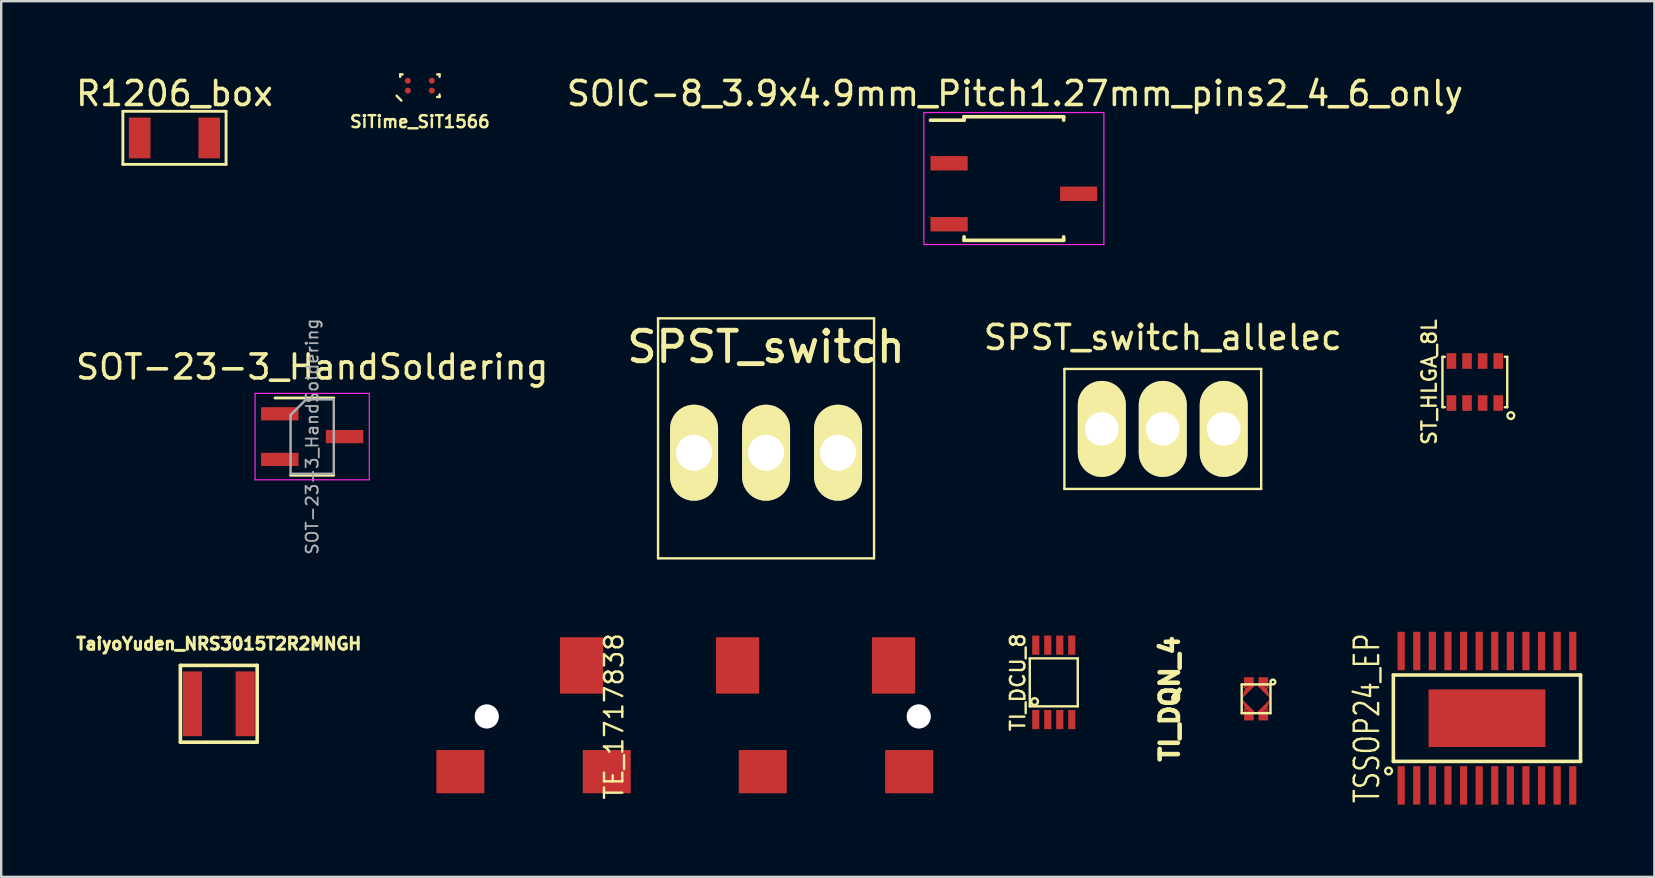
<source format=kicad_pcb>
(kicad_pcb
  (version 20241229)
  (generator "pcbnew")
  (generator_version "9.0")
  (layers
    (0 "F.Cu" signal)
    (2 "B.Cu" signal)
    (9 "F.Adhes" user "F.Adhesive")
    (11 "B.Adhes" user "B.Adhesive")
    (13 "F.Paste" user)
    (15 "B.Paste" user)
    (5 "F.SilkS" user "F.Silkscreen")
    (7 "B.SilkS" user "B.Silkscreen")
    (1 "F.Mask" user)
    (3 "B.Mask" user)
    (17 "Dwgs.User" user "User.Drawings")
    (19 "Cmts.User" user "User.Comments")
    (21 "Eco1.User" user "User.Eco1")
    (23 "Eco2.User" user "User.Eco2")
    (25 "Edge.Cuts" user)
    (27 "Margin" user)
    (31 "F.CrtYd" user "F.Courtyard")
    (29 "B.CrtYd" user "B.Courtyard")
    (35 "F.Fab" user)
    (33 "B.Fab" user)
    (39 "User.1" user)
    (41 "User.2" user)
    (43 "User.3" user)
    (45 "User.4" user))
  (footprint "R1206_box"
    (layer "F.Cu")
    (at 4.22 2.698)
    (property "Reference" "R1206_box" (at 0 -1.85 0) (layer "F.SilkS") (effects (font (size 1 1) (thickness 0.15))))
    (attr smd)
    (fp_line (start -2.15 -1.11) (end -2.15 1.1) (stroke (width 0.12) (type solid)) (layer "F.SilkS"))
    (fp_line (start -2.15 -1.11) (end 2.15 -1.11) (stroke (width 0.12) (type solid)) (layer "F.SilkS"))
    (fp_line (start 2.15 1.1) (end -2.15 1.1) (stroke (width 0.12) (type solid)) (layer "F.SilkS"))
    (fp_line (start 2.15 1.1) (end 2.15 -1.11) (stroke (width 0.12) (type solid)) (layer "F.SilkS"))
    (pad "1" smd rect (at -1.45 0) (size 0.9 1.7) (layers "F.Cu" "F.Mask" "F.Paste"))
    (pad "2" smd rect (at 1.45 0) (size 0.9 1.7) (layers "F.Cu" "F.Mask" "F.Paste")))
  (footprint "SOT-23-3_HandSoldering"
    (layer "F.Cu")
    (at 9.958 15.143)
    (property "Reference" "SOT-23-3_HandSoldering" (at 0 -2.9 0) (layer "F.SilkS") (effects (font (size 1 1) (thickness 0.15))))
    (attr smd)
    (fp_line (start -0.9 1.61) (end 0.9 1.61) (stroke (width 0.12) (type solid)) (layer "F.SilkS"))
    (fp_line (start 0.9 -1.61) (end -1.55 -1.61) (stroke (width 0.12) (type solid)) (layer "F.SilkS"))
    (fp_line (start -2.38 -1.8) (end -2.38 1.8) (stroke (width 0.05) (type solid)) (layer "F.CrtYd"))
    (fp_line (start -2.38 -1.8) (end 2.38 -1.8) (stroke (width 0.05) (type solid)) (layer "F.CrtYd"))
    (fp_line (start 2.38 1.8) (end -2.38 1.8) (stroke (width 0.05) (type solid)) (layer "F.CrtYd"))
    (fp_line (start 2.38 1.8) (end 2.38 -1.8) (stroke (width 0.05) (type solid)) (layer "F.CrtYd"))
    (fp_line (start -0.9 -0.9) (end -0.9 1.55) (stroke (width 0.1) (type solid)) (layer "F.Fab"))
    (fp_line (start -0.9 -0.9) (end -0.25 -1.55) (stroke (width 0.1) (type solid)) (layer "F.Fab"))
    (fp_line (start 0.9 -1.55) (end -0.25 -1.55) (stroke (width 0.1) (type solid)) (layer "F.Fab"))
    (fp_line (start 0.9 -1.55) (end 0.9 1.55) (stroke (width 0.1) (type solid)) (layer "F.Fab"))
    (fp_line (start 0.9 1.55) (end -0.9 1.55) (stroke (width 0.1) (type solid)) (layer "F.Fab"))
    (fp_text user "${REFERENCE}" (at 0 0 90) (layer "F.Fab") (effects (font (size 0.5 0.5) (thickness 0.075))))
    (pad "1" smd rect (at -1.35 -0.95) (size 1.56 0.55) (layers "F.Cu" "F.Mask" "F.Paste"))
    (pad "2" smd rect (at -1.35 0.95) (size 1.56 0.55) (layers "F.Cu" "F.Mask" "F.Paste"))
    (pad "3" smd rect (at 1.35 0) (size 1.56 0.55) (layers "F.Cu" "F.Mask" "F.Paste")))
  (footprint "TSSOP24_EP"
    (layer "F.Cu")
    (at 58.909 26.876)
    (property "Reference" "TSSOP24_EP" (at -5 0 90) (layer "F.SilkS") (effects (font (size 1.016 0.762) (thickness 0.1))))
    (attr smd)
    (fp_line (start -3.9 -1.8) (end 3.9 -1.8) (stroke (width 0.15) (type solid)) (layer "F.SilkS"))
    (fp_line (start -3.9 1.8) (end -3.9 -1.8) (stroke (width 0.15) (type solid)) (layer "F.SilkS"))
    (fp_line (start 3.9 -1.8) (end 3.9 1.8) (stroke (width 0.15) (type solid)) (layer "F.SilkS"))
    (fp_line (start 3.9 1.8) (end -3.9 1.8) (stroke (width 0.15) (type solid)) (layer "F.SilkS"))
    (fp_circle (center -4.1 2.2) (end -4.2 2.3) (stroke (width 0.1) (type solid)) (fill no) (layer "F.SilkS"))
    (pad "1" smd rect (at -3.575 2.8) (size 0.3 1.6) (layers "F.Cu" "F.Mask" "F.Paste"))
    (pad "2" smd rect (at -2.925 2.8) (size 0.3 1.6) (layers "F.Cu" "F.Mask" "F.Paste"))
    (pad "3" smd rect (at -2.275 2.8) (size 0.3 1.6) (layers "F.Cu" "F.Mask" "F.Paste"))
    (pad "4" smd rect (at -1.625 2.8) (size 0.3 1.6) (layers "F.Cu" "F.Mask" "F.Paste"))
    (pad "5" smd rect (at -0.975 2.8) (size 0.3 1.6) (layers "F.Cu" "F.Mask" "F.Paste"))
    (pad "6" smd rect (at -0.325 2.8) (size 0.3 1.6) (layers "F.Cu" "F.Mask" "F.Paste"))
    (pad "7" smd rect (at 0.325 2.8) (size 0.3 1.6) (layers "F.Cu" "F.Mask" "F.Paste"))
    (pad "8" smd rect (at 0.975 2.8) (size 0.3 1.6) (layers "F.Cu" "F.Mask" "F.Paste"))
    (pad "9" smd rect (at 1.625 2.8) (size 0.3 1.6) (layers "F.Cu" "F.Mask" "F.Paste"))
    (pad "10" smd rect (at 2.275 2.8) (size 0.3 1.6) (layers "F.Cu" "F.Mask" "F.Paste"))
    (pad "11" smd rect (at 2.925 2.8) (size 0.3 1.6) (layers "F.Cu" "F.Mask" "F.Paste"))
    (pad "12" smd rect (at 3.575 2.8) (size 0.3 1.6) (layers "F.Cu" "F.Mask" "F.Paste"))
    (pad "13" smd rect (at 3.575 -2.8) (size 0.3 1.6) (layers "F.Cu" "F.Mask" "F.Paste"))
    (pad "14" smd rect (at 2.925 -2.8) (size 0.3 1.6) (layers "F.Cu" "F.Mask" "F.Paste"))
    (pad "15" smd rect (at 2.275 -2.8) (size 0.3 1.6) (layers "F.Cu" "F.Mask" "F.Paste"))
    (pad "16" smd rect (at 1.625 -2.8) (size 0.3 1.6) (layers "F.Cu" "F.Mask" "F.Paste"))
    (pad "17" smd rect (at 0.975 -2.8) (size 0.3 1.6) (layers "F.Cu" "F.Mask" "F.Paste"))
    (pad "18" smd rect (at 0.325 -2.8) (size 0.3 1.6) (layers "F.Cu" "F.Mask" "F.Paste"))
    (pad "19" smd rect (at -0.325 -2.8) (size 0.3 1.6) (layers "F.Cu" "F.Mask" "F.Paste"))
    (pad "20" smd rect (at -0.975 -2.8) (size 0.3 1.6) (layers "F.Cu" "F.Mask" "F.Paste"))
    (pad "21" smd rect (at -1.625 -2.8) (size 0.3 1.6) (layers "F.Cu" "F.Mask" "F.Paste"))
    (pad "22" smd rect (at -2.275 -2.8) (size 0.3 1.6) (layers "F.Cu" "F.Mask" "F.Paste"))
    (pad "23" smd rect (at -2.925 -2.8) (size 0.3 1.6) (layers "F.Cu" "F.Mask" "F.Paste"))
    (pad "24" smd rect (at -3.575 -2.8) (size 0.3 1.6) (layers "F.Cu" "F.Mask" "F.Paste"))
    (pad "25" smd rect (at 0 0) (size 4.87 2.4) (layers "F.Cu" "F.Mask" "F.Paste")))
  (footprint "TI_DQN_4"
    (layer "F.Cu")
    (at 49.289 26.068)
    (property "Reference" "TI_DQN_4" (at -3.6 0 90) (layer "F.SilkS") (effects (font (size 0.762 0.762) (thickness 0.191))))
    (attr smd)
    (fp_line (start -0.6 -0.6) (end 0.6 -0.6) (stroke (width 0.1) (type solid)) (layer "F.SilkS"))
    (fp_line (start -0.6 0.6) (end -0.6 -0.6) (stroke (width 0.1) (type solid)) (layer "F.SilkS"))
    (fp_line (start 0.6 -0.6) (end 0.6 0.6) (stroke (width 0.1) (type solid)) (layer "F.SilkS"))
    (fp_line (start 0.6 0.6) (end -0.6 0.6) (stroke (width 0.1) (type solid)) (layer "F.SilkS"))
    (fp_circle (center 0.7 -0.7) (end 0.8 -0.7) (stroke (width 0.1) (type solid)) (fill no) (layer "F.SilkS"))
    (pad "1" smd rect (at 0.3 -0.7) (size 0.4 0.4) (layers "F.Cu" "F.Mask" "F.Paste"))
    (pad "1" smd trapezoid (at 0.4 -0.4 45) (size 0.285 0.285) (rect_delta 0.5 0) (layers "F.Cu" "F.Mask" "F.Paste"))
    (pad "2" smd trapezoid (at -0.4 -0.4 135) (size 0.285 0.285) (rect_delta 0.5 0) (layers "F.Cu" "F.Mask" "F.Paste"))
    (pad "2" smd rect (at -0.3 -0.7) (size 0.4 0.4) (layers "F.Cu" "F.Mask" "F.Paste"))
    (pad "3" smd trapezoid (at -0.4 0.4 225) (size 0.285 0.285) (rect_delta 0.5 0) (layers "F.Cu" "F.Mask" "F.Paste"))
    (pad "3" smd rect (at -0.3 0.7) (size 0.4 0.4) (layers "F.Cu" "F.Mask" "F.Paste"))
    (pad "4" smd rect (at 0.3 0.7) (size 0.4 0.4) (layers "F.Cu" "F.Mask" "F.Paste"))
    (pad "4" smd trapezoid (at 0.4 0.4 315) (size 0.285 0.285) (rect_delta 0.5 0) (layers "F.Cu" "F.Mask" "F.Paste")))
  (footprint "ST_HLGA_8L"
    (layer "F.Cu")
    (at 58.404 12.868)
    (property "Reference" "ST_HLGA_8L" (at -1.9 0 90) (layer "F.SilkS") (effects (font (size 0.6 0.6) (thickness 0.1))))
    (attr smd)
    (fp_line (start -1.35 -1.05) (end -1.25 -1.05) (stroke (width 0.1) (type solid)) (layer "F.SilkS"))
    (fp_line (start -1.35 1.05) (end -1.35 -1.05) (stroke (width 0.1) (type solid)) (layer "F.SilkS"))
    (fp_line (start -1.35 1.05) (end -1.25 1.05) (stroke (width 0.1) (type solid)) (layer "F.SilkS"))
    (fp_line (start 1.25 -1.05) (end 1.35 -1.05) (stroke (width 0.1) (type solid)) (layer "F.SilkS"))
    (fp_line (start 1.25 1.05) (end 1.35 1.05) (stroke (width 0.1) (type solid)) (layer "F.SilkS"))
    (fp_line (start 1.35 -1.05) (end 1.35 1.05) (stroke (width 0.1) (type solid)) (layer "F.SilkS"))
    (fp_circle (center 1.5 1.4) (end 1.6 1.5) (stroke (width 0.1) (type solid)) (fill no) (layer "F.SilkS"))
    (pad "1" smd rect (at 0.975 0.875) (size 0.4 0.65) (layers "F.Cu" "F.Mask" "F.Paste"))
    (pad "2" smd rect (at 0.325 0.875) (size 0.4 0.65) (layers "F.Cu" "F.Mask" "F.Paste"))
    (pad "3" smd rect (at -0.325 0.875) (size 0.4 0.65) (layers "F.Cu" "F.Mask" "F.Paste"))
    (pad "4" smd rect (at -0.975 0.875) (size 0.4 0.65) (layers "F.Cu" "F.Mask" "F.Paste"))
    (pad "5" smd rect (at -0.975 -0.875) (size 0.4 0.65) (layers "F.Cu" "F.Mask" "F.Paste"))
    (pad "6" smd rect (at -0.325 -0.875) (size 0.4 0.65) (layers "F.Cu" "F.Mask" "F.Paste"))
    (pad "7" smd rect (at 0.325 -0.875) (size 0.4 0.65) (layers "F.Cu" "F.Mask" "F.Paste"))
    (pad "8" smd rect (at 0.975 -0.875) (size 0.4 0.65) (layers "F.Cu" "F.Mask" "F.Paste")))
  (footprint "SOIC-8_3.9x4.9mm_Pitch1.27mm_pins2_4_6_only"
    (layer "F.Cu")
    (at 39.196 4.389)
    (property "Reference" "SOIC-8_3.9x4.9mm_Pitch1.27mm_pins2_4_6_only" (at 0.046 -3.541 0) (layer "F.SilkS") (effects (font (size 1 1) (thickness 0.15))))
    (attr smd)
    (fp_line (start -2.075 -2.575) (end -2.075 -2.43) (stroke (width 0.15) (type solid)) (layer "F.SilkS"))
    (fp_line (start -2.075 -2.575) (end 2.075 -2.575) (stroke (width 0.15) (type solid)) (layer "F.SilkS"))
    (fp_line (start -2.075 -2.43) (end -3.475 -2.43) (stroke (width 0.15) (type solid)) (layer "F.SilkS"))
    (fp_line (start -2.075 2.575) (end -2.075 2.43) (stroke (width 0.15) (type solid)) (layer "F.SilkS"))
    (fp_line (start -2.075 2.575) (end 2.075 2.575) (stroke (width 0.15) (type solid)) (layer "F.SilkS"))
    (fp_line (start 2.075 -2.575) (end 2.075 -2.43) (stroke (width 0.15) (type solid)) (layer "F.SilkS"))
    (fp_line (start 2.075 2.575) (end 2.075 2.43) (stroke (width 0.15) (type solid)) (layer "F.SilkS"))
    (fp_line (start -3.75 -2.75) (end -3.75 2.75) (stroke (width 0.05) (type solid)) (layer "F.CrtYd"))
    (fp_line (start -3.75 -2.75) (end 3.75 -2.75) (stroke (width 0.05) (type solid)) (layer "F.CrtYd"))
    (fp_line (start -3.75 2.75) (end 3.75 2.75) (stroke (width 0.05) (type solid)) (layer "F.CrtYd"))
    (fp_line (start 3.75 -2.75) (end 3.75 2.75) (stroke (width 0.05) (type solid)) (layer "F.CrtYd"))
    (pad "2" smd rect (at -2.7 -0.635) (size 1.55 0.6) (layers "F.Cu" "F.Mask" "F.Paste"))
    (pad "4" smd rect (at -2.7 1.905) (size 1.55 0.6) (layers "F.Cu" "F.Mask" "F.Paste"))
    (pad "6" smd rect (at 2.7 0.635) (size 1.55 0.6) (layers "F.Cu" "F.Mask" "F.Paste")))
  (footprint "SPST_switch"
    (layer "F.Cu")
    (at 28.87 15.214)
    (property "Reference" "SPST_switch" (at 0 -3.81 0) (layer "F.SilkS") (effects (font (size 1.27 1.27) (thickness 0.203))))
    (attr through_hole)
    (fp_line (start -4.5 -5) (end 4.5 -5) (stroke (width 0.1) (type solid)) (layer "F.SilkS"))
    (fp_line (start -4.5 5) (end -4.5 -5) (stroke (width 0.1) (type solid)) (layer "F.SilkS"))
    (fp_line (start 4.5 -5) (end 4.5 5) (stroke (width 0.1) (type solid)) (layer "F.SilkS"))
    (fp_line (start 4.5 5) (end -4.5 5) (stroke (width 0.1) (type solid)) (layer "F.SilkS"))
    (pad "1" thru_hole oval (at -3 0.6) (size 2 4) (drill 1.5) (layers "*.Cu" "*.Mask" "F.SilkS"))
    (pad "2" thru_hole oval (at 0 0.6) (size 2 4) (drill 1.5) (layers "*.Cu" "*.Mask" "F.SilkS"))
    (pad "3" thru_hole oval (at 3 0.6) (size 2 4) (drill 1.5) (layers "*.Cu" "*.Mask" "F.SilkS")))
  (footprint "TE_1717838"
    (layer "F.Cu")
    (at 26.232 26.803)
    (property "Reference" "TE_1717838" (at -3.7 0 90) (layer "F.SilkS") (effects (font (size 0.762 0.762) (thickness 0.1))))
    (attr smd)
    (pad "1" smd rect (at -5.05 -2.125) (size 1.8 2.35) (layers "F.Cu" "F.Mask" "F.Paste"))
    (pad "2" smd rect (at 1.45 -2.125) (size 1.8 2.35) (layers "F.Cu" "F.Mask" "F.Paste"))
    (pad "3" smd rect (at 7.95 -2.125) (size 1.8 2.35) (layers "F.Cu" "F.Mask" "F.Paste"))
    (pad "4" smd rect (at -10.1 2.3) (size 2 1.8) (layers "F.Cu" "F.Mask" "F.Paste"))
    (pad "5" smd rect (at -4 2.3) (size 2 1.8) (layers "F.Cu" "F.Mask" "F.Paste"))
    (pad "6" smd rect (at 2.5 2.3) (size 2 1.8) (layers "F.Cu" "F.Mask" "F.Paste"))
    (pad "7" smd rect (at 8.6 2.3) (size 2 1.8) (layers "F.Cu" "F.Mask" "F.Paste"))
    (pad "8" thru_hole circle (at -9 0) (size 1 1) (drill 1.2) (layers "*.Cu" "F.Mask"))
    (pad "9" thru_hole circle (at 9 0) (size 1 1) (drill 1.2) (layers "*.Cu" "F.Mask")))
  (footprint "SiTime_SiT1566"
    (layer "F.Cu")
    (at 14.445 0.52)
    (property "Reference" "SiTime_SiT1566" (at 0 1.5 0) (layer "F.SilkS") (effects (font (size 0.5 0.5) (thickness 0.1))))
    (attr smd)
    (fp_line (start -0.97 0.42) (end -0.77 0.62) (stroke (width 0.1) (type solid)) (layer "F.SilkS"))
    (fp_line (start -0.82 -0.47) (end -0.82 -0.37) (stroke (width 0.1) (type solid)) (layer "F.SilkS"))
    (fp_line (start -0.82 -0.47) (end -0.72 -0.47) (stroke (width 0.1) (type solid)) (layer "F.SilkS"))
    (fp_line (start 0.72 -0.47) (end 0.82 -0.47) (stroke (width 0.1) (type solid)) (layer "F.SilkS"))
    (fp_line (start 0.72 0.47) (end 0.82 0.47) (stroke (width 0.1) (type solid)) (layer "F.SilkS"))
    (fp_line (start 0.82 -0.47) (end 0.82 -0.37) (stroke (width 0.1) (type solid)) (layer "F.SilkS"))
    (fp_line (start 0.82 0.37) (end 0.82 0.47) (stroke (width 0.1) (type solid)) (layer "F.SilkS"))
    (pad "1" smd circle (at -0.5 0.205) (size 0.25 0.25) (layers "F.Cu" "F.Mask" "F.Paste"))
    (pad "2" smd circle (at 0.5 0.205) (size 0.25 0.25) (layers "F.Cu" "F.Mask" "F.Paste"))
    (pad "3" smd circle (at 0.5 -0.205) (size 0.25 0.25) (layers "F.Cu" "F.Mask" "F.Paste"))
    (pad "4" smd circle (at -0.5 -0.205) (size 0.25 0.25) (layers "F.Cu" "F.Mask" "F.Paste")))
  (footprint "TaiyoYuden_NRS3015T2R2MNGH"
    (layer "F.Cu")
    (at 6.066 26.276)
    (property "Reference" "TaiyoYuden_NRS3015T2R2MNGH" (at 0 -2.5 0) (layer "F.SilkS") (effects (font (size 0.5 0.5) (thickness 0.15))))
    (attr smd)
    (fp_line (start -1.6 -1.6) (end 1.6 -1.6) (stroke (width 0.15) (type solid)) (layer "F.SilkS"))
    (fp_line (start -1.6 1.6) (end -1.6 -1.6) (stroke (width 0.15) (type solid)) (layer "F.SilkS"))
    (fp_line (start 1.6 -1.6) (end 1.6 1.6) (stroke (width 0.15) (type solid)) (layer "F.SilkS"))
    (fp_line (start 1.6 1.6) (end -1.6 1.6) (stroke (width 0.15) (type solid)) (layer "F.SilkS"))
    (pad "1" smd rect (at -1.1 0) (size 0.8 2.7) (layers "F.Cu" "F.Mask" "F.Paste"))
    (pad "2" smd rect (at 1.1 0) (size 0.8 2.7) (layers "F.Cu" "F.Mask" "F.Paste")))
  (footprint "SPST_switch_allelec"
    (layer "F.Cu")
    (at 45.401 14.822)
    (property "Reference" "SPST_switch_allelec" (at 0 -3.81 0) (layer "F.SilkS") (effects (font (size 1 1) (thickness 0.15))))
    (attr through_hole)
    (fp_line (start -4.1 -2.5) (end 4.1 -2.5) (stroke (width 0.1) (type solid)) (layer "F.SilkS"))
    (fp_line (start -4.1 2.5) (end -4.1 -2.5) (stroke (width 0.1) (type solid)) (layer "F.SilkS"))
    (fp_line (start 4.1 -2.5) (end 4.1 2.5) (stroke (width 0.1) (type solid)) (layer "F.SilkS"))
    (fp_line (start 4.1 2.5) (end -4.1 2.5) (stroke (width 0.1) (type solid)) (layer "F.SilkS"))
    (pad "1" thru_hole oval (at -2.54 0) (size 2 4) (drill 1.4) (layers "*.Cu" "*.Mask" "F.SilkS"))
    (pad "2" thru_hole oval (at 0 0) (size 2 4) (drill 1.4) (layers "*.Cu" "*.Mask" "F.SilkS"))
    (pad "3" thru_hole oval (at 2.54 0) (size 2 4) (drill 1.4) (layers "*.Cu" "*.Mask" "F.SilkS")))
  (footprint "TI_DCU_8"
    (layer "F.Cu")
    (at 40.859 25.383)
    (property "Reference" "TI_DCU_8" (at -1.5 0 90) (layer "F.SilkS") (effects (font (size 0.6 0.6) (thickness 0.1))))
    (attr smd)
    (fp_line (start -1 -1) (end 1 -1) (stroke (width 0.1) (type solid)) (layer "F.SilkS"))
    (fp_line (start -1 1) (end -1 -1) (stroke (width 0.1) (type solid)) (layer "F.SilkS"))
    (fp_line (start 1 -1) (end 1 1) (stroke (width 0.1) (type solid)) (layer "F.SilkS"))
    (fp_line (start 1 1) (end -1 1) (stroke (width 0.1) (type solid)) (layer "F.SilkS"))
    (fp_circle (center -0.8 0.8) (end -0.9 0.9) (stroke (width 0.1) (type solid)) (fill no) (layer "F.SilkS"))
    (pad "1" smd rect (at -0.75 1.55) (size 0.3 0.8) (layers "F.Cu" "F.Mask" "F.Paste"))
    (pad "2" smd rect (at -0.25 1.55) (size 0.3 0.8) (layers "F.Cu" "F.Mask" "F.Paste"))
    (pad "3" smd rect (at 0.25 1.55) (size 0.3 0.8) (layers "F.Cu" "F.Mask" "F.Paste"))
    (pad "4" smd rect (at 0.75 1.55) (size 0.3 0.8) (layers "F.Cu" "F.Mask" "F.Paste"))
    (pad "5" smd rect (at 0.75 -1.55) (size 0.3 0.8) (layers "F.Cu" "F.Mask" "F.Paste"))
    (pad "6" smd rect (at 0.25 -1.55) (size 0.3 0.8) (layers "F.Cu" "F.Mask" "F.Paste"))
    (pad "7" smd rect (at -0.25 -1.55) (size 0.3 0.8) (layers "F.Cu" "F.Mask" "F.Paste"))
    (pad "8" smd rect (at -0.75 -1.55) (size 0.3 0.8) (layers "F.Cu" "F.Mask" "F.Paste")))
  (gr_rect
    (start -3 -3)
    (end 65.884 33.487)
    (stroke (width 0.1) (type default))
    (fill no)
    (layer "Edge.Cuts")))
</source>
